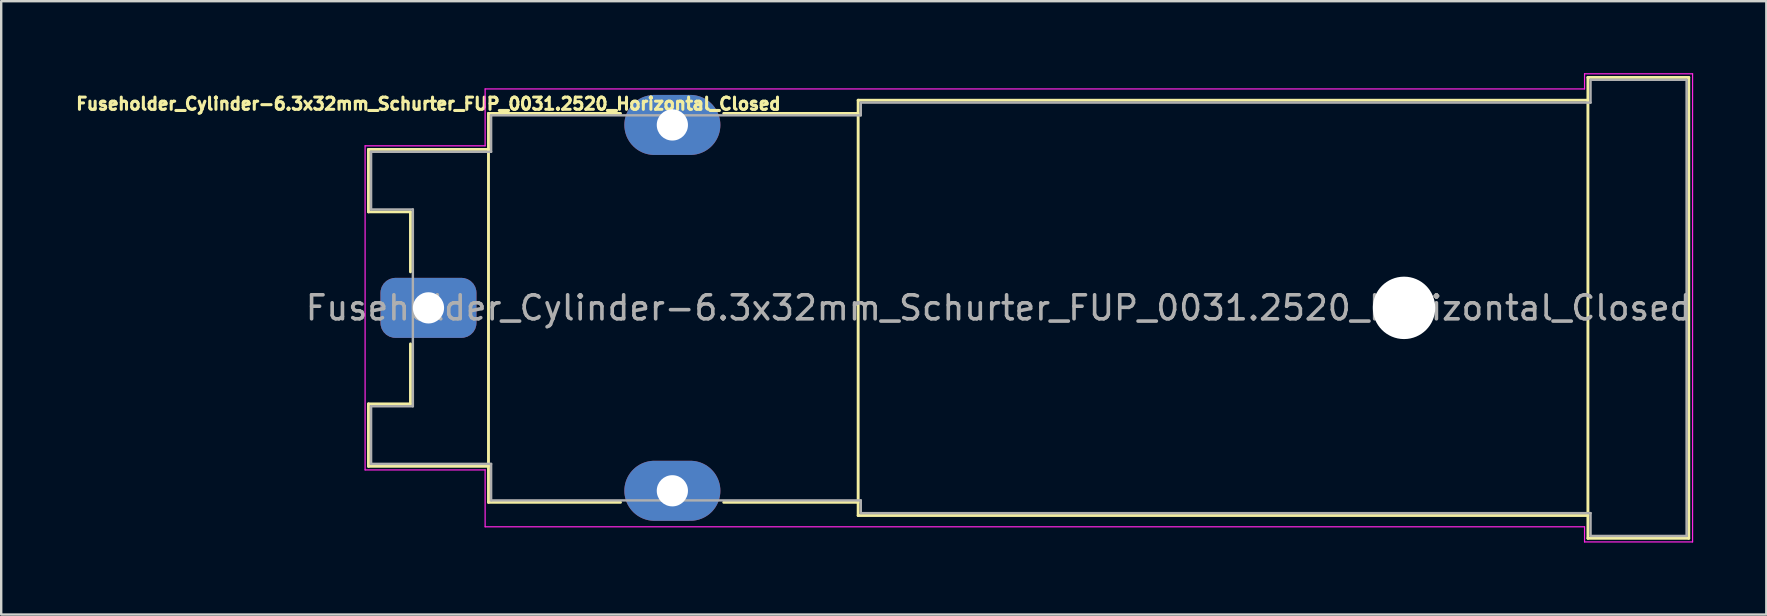
<source format=kicad_pcb>
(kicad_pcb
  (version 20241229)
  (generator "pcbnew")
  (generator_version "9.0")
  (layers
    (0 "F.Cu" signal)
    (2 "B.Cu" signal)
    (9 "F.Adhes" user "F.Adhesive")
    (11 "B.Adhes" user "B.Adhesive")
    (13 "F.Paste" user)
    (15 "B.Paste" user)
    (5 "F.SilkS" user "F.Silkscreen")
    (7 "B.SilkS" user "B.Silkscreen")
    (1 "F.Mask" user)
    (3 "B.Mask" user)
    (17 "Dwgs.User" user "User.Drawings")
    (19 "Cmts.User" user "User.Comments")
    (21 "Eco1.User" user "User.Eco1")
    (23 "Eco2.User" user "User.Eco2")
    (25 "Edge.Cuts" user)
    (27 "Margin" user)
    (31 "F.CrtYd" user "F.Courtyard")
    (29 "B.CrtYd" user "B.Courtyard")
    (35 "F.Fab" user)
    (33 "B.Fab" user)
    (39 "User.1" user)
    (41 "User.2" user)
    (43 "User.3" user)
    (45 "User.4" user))
  (footprint "Fuseholder_Cylinder-6.3x32mm_Schurter_FUP_0031.2520_Horizontal_Closed"
    (layer "F.Cu")
    (at 14.799 9.775)
    (property "Reference" "Fuseholder_Cylinder-6.3x32mm_Schurter_FUP_0031.2520_Horizontal_Closed" (at 0 -8.5 0) (layer "F.SilkS") (effects (font (size 0.508 0.508) (thickness 0.127) (bold yes))))
    (attr through_hole)
    (fp_line (start -2.5 -6.6) (end 2.5 -6.6) (stroke (width 0.12) (type solid)) (layer "F.SilkS"))
    (fp_line (start -2.5 -4) (end -2.5 -6.6) (stroke (width 0.12) (type solid)) (layer "F.SilkS"))
    (fp_line (start -2.5 4) (end -0.75 4) (stroke (width 0.12) (type solid)) (layer "F.SilkS"))
    (fp_line (start -2.5 6.6) (end -2.5 4) (stroke (width 0.12) (type solid)) (layer "F.SilkS"))
    (fp_line (start -2.5 6.6) (end 2.5 6.6) (stroke (width 0.12) (type solid)) (layer "F.SilkS"))
    (fp_line (start -0.75 -4) (end -2.5 -4) (stroke (width 0.12) (type solid)) (layer "F.SilkS"))
    (fp_line (start -0.75 -1.5) (end -0.75 -4) (stroke (width 0.12) (type solid)) (layer "F.SilkS"))
    (fp_line (start -0.75 4) (end -0.75 1.5) (stroke (width 0.12) (type solid)) (layer "F.SilkS"))
    (fp_line (start 2.5 -8.1) (end 8 -8.1) (stroke (width 0.12) (type solid)) (layer "F.SilkS"))
    (fp_line (start 2.5 8.1) (end 2.5 -8.1) (stroke (width 0.12) (type solid)) (layer "F.SilkS"))
    (fp_line (start 2.5 8.1) (end 8 8.1) (stroke (width 0.12) (type solid)) (layer "F.SilkS"))
    (fp_line (start 12.3 -8.1) (end 17.9 -8.1) (stroke (width 0.12) (type solid)) (layer "F.SilkS"))
    (fp_line (start 12.3 8.1) (end 17.9 8.1) (stroke (width 0.12) (type solid)) (layer "F.SilkS"))
    (fp_line (start 17.9 -8.65) (end 48.3 -8.65) (stroke (width 0.12) (type solid)) (layer "F.SilkS"))
    (fp_line (start 17.9 8.65) (end 17.9 -8.65) (stroke (width 0.12) (type solid)) (layer "F.SilkS"))
    (fp_line (start 17.9 8.65) (end 48.3 8.65) (stroke (width 0.12) (type solid)) (layer "F.SilkS"))
    (fp_line (start 48.3 -9.6) (end 52.5 -9.6) (stroke (width 0.12) (type solid)) (layer "F.SilkS"))
    (fp_line (start 48.3 9.6) (end 48.3 -9.6) (stroke (width 0.12) (type solid)) (layer "F.SilkS"))
    (fp_line (start 48.3 9.6) (end 52.5 9.6) (stroke (width 0.12) (type solid)) (layer "F.SilkS"))
    (fp_line (start 52.5 -9.6) (end 52.5 9.6) (stroke (width 0.12) (type solid)) (layer "F.SilkS"))
    (fp_line (start -2.64 -6.75) (end 2.36 -6.75) (stroke (width 0.05) (type solid)) (layer "F.CrtYd"))
    (fp_line (start -2.64 6.75) (end -2.64 -6.75) (stroke (width 0.05) (type solid)) (layer "F.CrtYd"))
    (fp_line (start -2.64 6.75) (end 2.36 6.75) (stroke (width 0.05) (type solid)) (layer "F.CrtYd"))
    (fp_line (start 2.36 -9.12) (end 2.36 -6.75) (stroke (width 0.05) (type solid)) (layer "F.CrtYd"))
    (fp_line (start 2.36 -9.12) (end 48.16 -9.12) (stroke (width 0.05) (type solid)) (layer "F.CrtYd"))
    (fp_line (start 2.36 6.75) (end 2.36 9.12) (stroke (width 0.05) (type solid)) (layer "F.CrtYd"))
    (fp_line (start 48.16 -9.75) (end 48.16 -9.12) (stroke (width 0.05) (type solid)) (layer "F.CrtYd"))
    (fp_line (start 48.16 -9.75) (end 52.66 -9.75) (stroke (width 0.05) (type solid)) (layer "F.CrtYd"))
    (fp_line (start 48.16 9.12) (end 2.36 9.12) (stroke (width 0.05) (type solid)) (layer "F.CrtYd"))
    (fp_line (start 48.16 9.12) (end 48.16 9.75) (stroke (width 0.05) (type solid)) (layer "F.CrtYd"))
    (fp_line (start 48.16 9.75) (end 52.66 9.75) (stroke (width 0.05) (type solid)) (layer "F.CrtYd"))
    (fp_line (start 52.66 -9.75) (end 52.66 9.75) (stroke (width 0.05) (type solid)) (layer "F.CrtYd"))
    (fp_line (start -2.39 -4.1) (end -2.39 -6.5) (stroke (width 0.1) (type solid)) (layer "F.Fab"))
    (fp_line (start -2.39 -4.1) (end -0.65 -4.1) (stroke (width 0.1) (type solid)) (layer "F.Fab"))
    (fp_line (start -2.39 4.1) (end -2.39 6.5) (stroke (width 0.1) (type solid)) (layer "F.Fab"))
    (fp_line (start -2.39 6.5) (end 2.61 6.5) (stroke (width 0.1) (type solid)) (layer "F.Fab"))
    (fp_line (start -0.65 -4.1) (end -0.65 4.1) (stroke (width 0.1) (type solid)) (layer "F.Fab"))
    (fp_line (start -0.65 4.1) (end -2.39 4.1) (stroke (width 0.1) (type solid)) (layer "F.Fab"))
    (fp_line (start 2.61 -8.02) (end 2.61 -6.5) (stroke (width 0.1) (type solid)) (layer "F.Fab"))
    (fp_line (start 2.61 -6.5) (end -2.39 -6.5) (stroke (width 0.1) (type solid)) (layer "F.Fab"))
    (fp_line (start 2.61 6.5) (end 2.61 8.02) (stroke (width 0.1) (type solid)) (layer "F.Fab"))
    (fp_line (start 2.61 8.02) (end 18.01 8.02) (stroke (width 0.1) (type solid)) (layer "F.Fab"))
    (fp_line (start 18.01 -8.55) (end 18.01 -8.02) (stroke (width 0.1) (type solid)) (layer "F.Fab"))
    (fp_line (start 18.01 -8.02) (end 2.61 -8.02) (stroke (width 0.1) (type solid)) (layer "F.Fab"))
    (fp_line (start 18.01 8.02) (end 18.01 8.55) (stroke (width 0.1) (type solid)) (layer "F.Fab"))
    (fp_line (start 18.01 8.55) (end 48.41 8.55) (stroke (width 0.1) (type solid)) (layer "F.Fab"))
    (fp_line (start 48.41 -9.5) (end 48.41 -8.55) (stroke (width 0.1) (type solid)) (layer "F.Fab"))
    (fp_line (start 48.41 -8.55) (end 18.01 -8.55) (stroke (width 0.1) (type solid)) (layer "F.Fab"))
    (fp_line (start 48.41 8.55) (end 48.41 9.5) (stroke (width 0.1) (type solid)) (layer "F.Fab"))
    (fp_line (start 48.41 9.5) (end 52.41 9.5) (stroke (width 0.1) (type solid)) (layer "F.Fab"))
    (fp_line (start 52.41 -9.5) (end 48.41 -9.5) (stroke (width 0.1) (type solid)) (layer "F.Fab"))
    (fp_line (start 52.41 -9.5) (end 52.41 9.5) (stroke (width 0.1) (type solid)) (layer "F.Fab"))
    (fp_text user "${REFERENCE}" (at 23.75 0 0) (layer "F.Fab") (effects (font (size 1 1) (thickness 0.15))))
    (pad "" np_thru_hole circle (at 40.64 0) (size 2.6 2.6) (drill 2.6) (layers "*.Cu" "*.Mask"))
    (pad "1" thru_hole roundrect (at 0 0) (size 4 2.5) (drill 1.3) (layers "*.Cu" "*.Mask") (roundrect_rratio 0.25))
    (pad "2" thru_hole oval (at 10.16 -7.62) (size 4 2.5) (drill 1.3) (layers "*.Cu" "*.Mask"))
    (pad "2" thru_hole oval (at 10.16 7.62) (size 4 2.5) (drill 1.3) (layers "*.Cu" "*.Mask")))
  (gr_rect
    (start -3 -3)
    (end 70.531 22.55)
    (stroke (width 0.1) (type default))
    (fill no)
    (layer "Edge.Cuts")))
</source>
